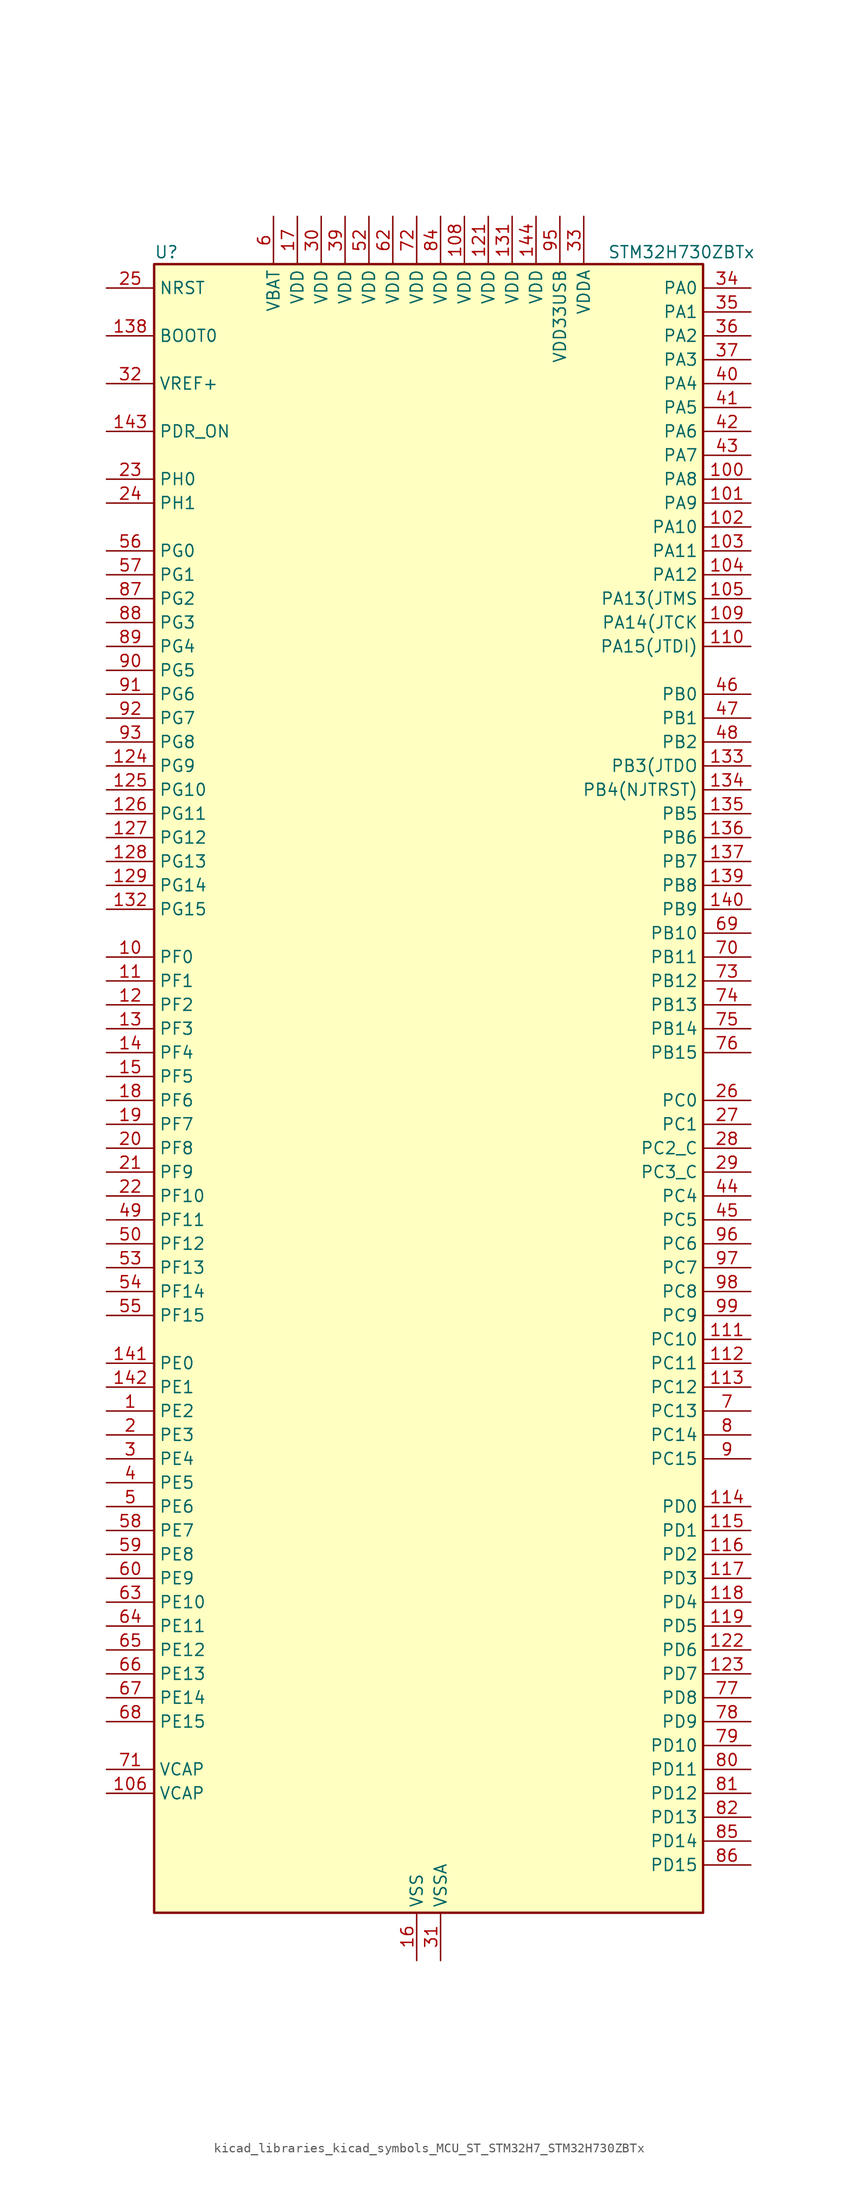
<source format=kicad_sym>
(kicad_symbol_lib
  (version 20220914)
  (generator kicad_symbol_editor)
  (symbol "kicad_libraries_kicad_symbols_MCU_ST_STM32H7_STM32H730ZBTx"
    (property "Reference" "U"
      (at -27.94 90.17 0)
      (effects (font (size 1.27 1.27)) (justify left)))
    (property "Value" "STM32H730ZBTx"
      (at 20.32 90.17 0)
      (effects (font (size 1.27 1.27)) (justify left)))
    (property "ki_locked" ""
      (at 0 0 0)
      (effects (font (size 1.27 1.27))))
    (symbol "kicad_libraries_kicad_symbols_MCU_ST_STM32H7_STM32H730ZBTx_0_1"
      (rectangle (start -27.94 -86.36) (end 30.48 88.9) (stroke (width 0.254) (type default)) (fill (type background))))
    (symbol "kicad_libraries_kicad_symbols_MCU_ST_STM32H7_STM32H730ZBTx_1_1"
      (pin bidirectional line (at -33.02 -33.02 0) (length 5.08) (name "PE2" (effects (font (size 1.27 1.27)))) (number "1" (effects (font (size 1.27 1.27)))) (alternate "DEBUG_TRACECLK" bidirectional line) (alternate "ETH_TXD3" bidirectional line) (alternate "FMC_A23" bidirectional line) (alternate "OCTOSPIM_P1_IO2" bidirectional line) (alternate "SAI1_CK1" bidirectional line) (alternate "SAI1_MCLK_A" bidirectional line) (alternate "SAI4_CK1" bidirectional line) (alternate "SAI4_MCLK_A" bidirectional line) (alternate "SPI4_SCK" bidirectional line) (alternate "USART10_RX" bidirectional line))
      (pin bidirectional line (at -33.02 15.24 0) (length 5.08) (name "PF0" (effects (font (size 1.27 1.27)))) (number "10" (effects (font (size 1.27 1.27)))) (alternate "FMC_A0" bidirectional line) (alternate "I2C2_SDA" bidirectional line) (alternate "I2C5_SDA" bidirectional line) (alternate "OCTOSPIM_P2_IO0" bidirectional line) (alternate "TIM23_CH1" bidirectional line))
      (pin bidirectional line (at 35.56 66.04 180) (length 5.08) (name "PA8" (effects (font (size 1.27 1.27)))) (number "100" (effects (font (size 1.27 1.27)))) (alternate "I2C3_SCL" bidirectional line) (alternate "I2C5_SCL" bidirectional line) (alternate "LTDC_B3" bidirectional line) (alternate "LTDC_R6" bidirectional line) (alternate "RCC_MCO_1" bidirectional line) (alternate "TIM1_CH1" bidirectional line) (alternate "TIM8_BKIN2" bidirectional line) (alternate "TIM8_BKIN2_COMP1" bidirectional line) (alternate "TIM8_BKIN2_COMP2" bidirectional line) (alternate "UART7_RX" bidirectional line) (alternate "USART1_CK" bidirectional line) (alternate "USB_OTG_HS_SOF" bidirectional line))
      (pin bidirectional line (at 35.56 63.5 180) (length 5.08) (name "PA9" (effects (font (size 1.27 1.27)))) (number "101" (effects (font (size 1.27 1.27)))) (alternate "DAC1_EXTI9" bidirectional line) (alternate "DCMI_D0" bidirectional line) (alternate "ETH_TX_ER" bidirectional line) (alternate "I2C3_SMBA" bidirectional line) (alternate "I2C5_SMBA" bidirectional line) (alternate "I2S2_CK" bidirectional line) (alternate "LPUART1_TX" bidirectional line) (alternate "LTDC_R5" bidirectional line) (alternate "PSSI_D0" bidirectional line) (alternate "SPI2_SCK" bidirectional line) (alternate "TIM1_CH2" bidirectional line) (alternate "USART1_TX" bidirectional line) (alternate "USB_OTG_HS_VBUS" bidirectional line))
      (pin bidirectional line (at 35.56 60.96 180) (length 5.08) (name "PA10" (effects (font (size 1.27 1.27)))) (number "102" (effects (font (size 1.27 1.27)))) (alternate "DCMI_D1" bidirectional line) (alternate "LPUART1_RX" bidirectional line) (alternate "LTDC_B1" bidirectional line) (alternate "LTDC_B4" bidirectional line) (alternate "MDIOS_MDIO" bidirectional line) (alternate "PSSI_D1" bidirectional line) (alternate "TIM1_CH3" bidirectional line) (alternate "USART1_RX" bidirectional line) (alternate "USB_OTG_HS_ID" bidirectional line))
      (pin bidirectional line (at 35.56 58.42 180) (length 5.08) (name "PA11" (effects (font (size 1.27 1.27)))) (number "103" (effects (font (size 1.27 1.27)))) (alternate "ADC1_EXTI11" bidirectional line) (alternate "ADC2_EXTI11" bidirectional line) (alternate "ADC3_EXTI11" bidirectional line) (alternate "FDCAN1_RX" bidirectional line) (alternate "I2S2_WS" bidirectional line) (alternate "LPUART1_CTS" bidirectional line) (alternate "LTDC_R4" bidirectional line) (alternate "SPI2_NSS" bidirectional line) (alternate "TIM1_CH4" bidirectional line) (alternate "UART4_RX" bidirectional line) (alternate "USART1_CTS" bidirectional line) (alternate "USART1_NSS" bidirectional line) (alternate "USB_OTG_HS_DM" bidirectional line))
      (pin bidirectional line (at 35.56 55.88 180) (length 5.08) (name "PA12" (effects (font (size 1.27 1.27)))) (number "104" (effects (font (size 1.27 1.27)))) (alternate "FDCAN1_TX" bidirectional line) (alternate "I2S2_CK" bidirectional line) (alternate "LPUART1_DE" bidirectional line) (alternate "LPUART1_RTS" bidirectional line) (alternate "LTDC_R5" bidirectional line) (alternate "SAI4_FS_B" bidirectional line) (alternate "SPI2_SCK" bidirectional line) (alternate "TIM1_BKIN2" bidirectional line) (alternate "TIM1_ETR" bidirectional line) (alternate "UART4_TX" bidirectional line) (alternate "USART1_DE" bidirectional line) (alternate "USART1_RTS" bidirectional line) (alternate "USB_OTG_HS_DP" bidirectional line))
      (pin bidirectional line (at 35.56 53.34 180) (length 5.08) (name "PA13(JTMS" (effects (font (size 1.27 1.27)))) (number "105" (effects (font (size 1.27 1.27)))) (alternate "DEBUG_JTMS-SWDIO" bidirectional line))
      (pin power_out line (at -33.02 -73.66 0) (length 5.08) (name "VCAP" (effects (font (size 1.27 1.27)))) (number "106" (effects (font (size 1.27 1.27)))))
      (pin passive line (at 0 -91.44 90) (length 5.08) hide (name "VSS" (effects (font (size 1.27 1.27)))) (number "107" (effects (font (size 1.27 1.27)))))
      (pin power_in line (at 5.08 93.98 270) (length 5.08) (name "VDD" (effects (font (size 1.27 1.27)))) (number "108" (effects (font (size 1.27 1.27)))))
      (pin bidirectional line (at 35.56 50.8 180) (length 5.08) (name "PA14(JTCK" (effects (font (size 1.27 1.27)))) (number "109" (effects (font (size 1.27 1.27)))) (alternate "DEBUG_JTCK-SWCLK" bidirectional line))
      (pin bidirectional line (at -33.02 12.7 0) (length 5.08) (name "PF1" (effects (font (size 1.27 1.27)))) (number "11" (effects (font (size 1.27 1.27)))) (alternate "FMC_A1" bidirectional line) (alternate "I2C2_SCL" bidirectional line) (alternate "I2C5_SCL" bidirectional line) (alternate "OCTOSPIM_P2_IO1" bidirectional line) (alternate "TIM23_CH2" bidirectional line))
      (pin bidirectional line (at 35.56 48.26 180) (length 5.08) (name "PA15(JTDI)" (effects (font (size 1.27 1.27)))) (number "110" (effects (font (size 1.27 1.27)))) (alternate "ADC1_EXTI15" bidirectional line) (alternate "ADC2_EXTI15" bidirectional line) (alternate "ADC3_EXTI15" bidirectional line) (alternate "CEC" bidirectional line) (alternate "DEBUG_JTDI" bidirectional line) (alternate "I2S1_WS" bidirectional line) (alternate "I2S3_WS" bidirectional line) (alternate "I2S6_WS" bidirectional line) (alternate "LTDC_B6" bidirectional line) (alternate "LTDC_R3" bidirectional line) (alternate "SPI1_NSS" bidirectional line) (alternate "SPI3_NSS" bidirectional line) (alternate "SPI6_NSS" bidirectional line) (alternate "TIM2_CH1" bidirectional line) (alternate "TIM2_ETR" bidirectional line) (alternate "UART4_DE" bidirectional line) (alternate "UART4_RTS" bidirectional line) (alternate "UART7_TX" bidirectional line))
      (pin bidirectional line (at 35.56 -25.4 180) (length 5.08) (name "PC10" (effects (font (size 1.27 1.27)))) (number "111" (effects (font (size 1.27 1.27)))) (alternate "DCMI_D8" bidirectional line) (alternate "DFSDM1_CKIN5" bidirectional line) (alternate "I2C5_SDA" bidirectional line) (alternate "I2S3_CK" bidirectional line) (alternate "LTDC_B1" bidirectional line) (alternate "LTDC_R2" bidirectional line) (alternate "OCTOSPIM_P1_IO1" bidirectional line) (alternate "PSSI_D8" bidirectional line) (alternate "SDMMC1_D2" bidirectional line) (alternate "SPI3_SCK" bidirectional line) (alternate "SWPMI1_RX" bidirectional line) (alternate "UART4_TX" bidirectional line) (alternate "USART3_TX" bidirectional line))
      (pin bidirectional line (at 35.56 -27.94 180) (length 5.08) (name "PC11" (effects (font (size 1.27 1.27)))) (number "112" (effects (font (size 1.27 1.27)))) (alternate "ADC1_EXTI11" bidirectional line) (alternate "ADC2_EXTI11" bidirectional line) (alternate "ADC3_EXTI11" bidirectional line) (alternate "DCMI_D4" bidirectional line) (alternate "DFSDM1_DATIN5" bidirectional line) (alternate "I2C5_SCL" bidirectional line) (alternate "I2S3_SDI" bidirectional line) (alternate "LTDC_B4" bidirectional line) (alternate "OCTOSPIM_P1_NCS" bidirectional line) (alternate "PSSI_D4" bidirectional line) (alternate "SDMMC1_D3" bidirectional line) (alternate "SPI3_MISO" bidirectional line) (alternate "UART4_RX" bidirectional line) (alternate "USART3_RX" bidirectional line))
      (pin bidirectional line (at 35.56 -30.48 180) (length 5.08) (name "PC12" (effects (font (size 1.27 1.27)))) (number "113" (effects (font (size 1.27 1.27)))) (alternate "DCMI_D9" bidirectional line) (alternate "DEBUG_TRACED3" bidirectional line) (alternate "FMC_D6" bidirectional line) (alternate "FMC_DA6" bidirectional line) (alternate "I2C5_SMBA" bidirectional line) (alternate "I2S3_SDO" bidirectional line) (alternate "I2S6_CK" bidirectional line) (alternate "LTDC_R6" bidirectional line) (alternate "PSSI_D9" bidirectional line) (alternate "SDMMC1_CK" bidirectional line) (alternate "SPI3_MOSI" bidirectional line) (alternate "SPI6_SCK" bidirectional line) (alternate "TIM15_CH1" bidirectional line) (alternate "UART5_TX" bidirectional line) (alternate "USART3_CK" bidirectional line))
      (pin bidirectional line (at 35.56 -43.18 180) (length 5.08) (name "PD0" (effects (font (size 1.27 1.27)))) (number "114" (effects (font (size 1.27 1.27)))) (alternate "DFSDM1_CKIN6" bidirectional line) (alternate "FDCAN1_RX" bidirectional line) (alternate "FMC_D2" bidirectional line) (alternate "FMC_DA2" bidirectional line) (alternate "LTDC_B1" bidirectional line) (alternate "UART4_RX" bidirectional line) (alternate "UART9_CTS" bidirectional line))
      (pin bidirectional line (at 35.56 -45.72 180) (length 5.08) (name "PD1" (effects (font (size 1.27 1.27)))) (number "115" (effects (font (size 1.27 1.27)))) (alternate "DFSDM1_DATIN6" bidirectional line) (alternate "FDCAN1_TX" bidirectional line) (alternate "FMC_D3" bidirectional line) (alternate "FMC_DA3" bidirectional line) (alternate "UART4_TX" bidirectional line))
      (pin bidirectional line (at 35.56 -48.26 180) (length 5.08) (name "PD2" (effects (font (size 1.27 1.27)))) (number "116" (effects (font (size 1.27 1.27)))) (alternate "DCMI_D11" bidirectional line) (alternate "DEBUG_TRACED2" bidirectional line) (alternate "FMC_D7" bidirectional line) (alternate "FMC_DA7" bidirectional line) (alternate "LTDC_B2" bidirectional line) (alternate "LTDC_B7" bidirectional line) (alternate "PSSI_D11" bidirectional line) (alternate "SDMMC1_CMD" bidirectional line) (alternate "TIM15_BKIN" bidirectional line) (alternate "TIM3_ETR" bidirectional line) (alternate "UART5_RX" bidirectional line))
      (pin bidirectional line (at 35.56 -50.8 180) (length 5.08) (name "PD3" (effects (font (size 1.27 1.27)))) (number "117" (effects (font (size 1.27 1.27)))) (alternate "DCMI_D5" bidirectional line) (alternate "DFSDM1_CKOUT" bidirectional line) (alternate "FMC_CLK" bidirectional line) (alternate "I2S2_CK" bidirectional line) (alternate "LTDC_G7" bidirectional line) (alternate "PSSI_D5" bidirectional line) (alternate "SPI2_SCK" bidirectional line) (alternate "USART2_CTS" bidirectional line) (alternate "USART2_NSS" bidirectional line))
      (pin bidirectional line (at 35.56 -53.34 180) (length 5.08) (name "PD4" (effects (font (size 1.27 1.27)))) (number "118" (effects (font (size 1.27 1.27)))) (alternate "FMC_NOE" bidirectional line) (alternate "OCTOSPIM_P1_IO4" bidirectional line) (alternate "USART2_DE" bidirectional line) (alternate "USART2_RTS" bidirectional line))
      (pin bidirectional line (at 35.56 -55.88 180) (length 5.08) (name "PD5" (effects (font (size 1.27 1.27)))) (number "119" (effects (font (size 1.27 1.27)))) (alternate "FMC_NWE" bidirectional line) (alternate "OCTOSPIM_P1_IO5" bidirectional line) (alternate "USART2_TX" bidirectional line))
      (pin bidirectional line (at -33.02 10.16 0) (length 5.08) (name "PF2" (effects (font (size 1.27 1.27)))) (number "12" (effects (font (size 1.27 1.27)))) (alternate "FMC_A2" bidirectional line) (alternate "I2C2_SMBA" bidirectional line) (alternate "I2C5_SMBA" bidirectional line) (alternate "OCTOSPIM_P2_IO2" bidirectional line) (alternate "TIM23_CH3" bidirectional line))
      (pin passive line (at 0 -91.44 90) (length 5.08) hide (name "VSS" (effects (font (size 1.27 1.27)))) (number "120" (effects (font (size 1.27 1.27)))))
      (pin power_in line (at 7.62 93.98 270) (length 5.08) (name "VDD" (effects (font (size 1.27 1.27)))) (number "121" (effects (font (size 1.27 1.27)))))
      (pin bidirectional line (at 35.56 -58.42 180) (length 5.08) (name "PD6" (effects (font (size 1.27 1.27)))) (number "122" (effects (font (size 1.27 1.27)))) (alternate "DCMI_D10" bidirectional line) (alternate "DFSDM1_CKIN4" bidirectional line) (alternate "DFSDM1_DATIN1" bidirectional line) (alternate "FMC_NWAIT" bidirectional line) (alternate "I2S3_SDO" bidirectional line) (alternate "LTDC_B2" bidirectional line) (alternate "OCTOSPIM_P1_IO6" bidirectional line) (alternate "PSSI_D10" bidirectional line) (alternate "SAI1_D1" bidirectional line) (alternate "SAI1_SD_A" bidirectional line) (alternate "SAI4_D1" bidirectional line) (alternate "SAI4_SD_A" bidirectional line) (alternate "SDMMC2_CK" bidirectional line) (alternate "SPI3_MOSI" bidirectional line) (alternate "USART2_RX" bidirectional line))
      (pin bidirectional line (at 35.56 -60.96 180) (length 5.08) (name "PD7" (effects (font (size 1.27 1.27)))) (number "123" (effects (font (size 1.27 1.27)))) (alternate "DFSDM1_CKIN1" bidirectional line) (alternate "DFSDM1_DATIN4" bidirectional line) (alternate "FMC_NE1" bidirectional line) (alternate "I2S1_SDO" bidirectional line) (alternate "OCTOSPIM_P1_IO7" bidirectional line) (alternate "SDMMC2_CMD" bidirectional line) (alternate "SPDIFRX1_IN0" bidirectional line) (alternate "SPI1_MOSI" bidirectional line) (alternate "USART2_CK" bidirectional line))
      (pin bidirectional line (at -33.02 35.56 0) (length 5.08) (name "PG9" (effects (font (size 1.27 1.27)))) (number "124" (effects (font (size 1.27 1.27)))) (alternate "DAC1_EXTI9" bidirectional line) (alternate "DCMI_VSYNC" bidirectional line) (alternate "FDCAN3_TX" bidirectional line) (alternate "FMC_NCE" bidirectional line) (alternate "FMC_NE2" bidirectional line) (alternate "I2S1_SDI" bidirectional line) (alternate "OCTOSPIM_P1_IO6" bidirectional line) (alternate "PSSI_RDY" bidirectional line) (alternate "SAI4_FS_B" bidirectional line) (alternate "SDMMC2_D0" bidirectional line) (alternate "SPDIFRX1_IN3" bidirectional line) (alternate "SPI1_MISO" bidirectional line) (alternate "USART6_RX" bidirectional line))
      (pin bidirectional line (at -33.02 33.02 0) (length 5.08) (name "PG10" (effects (font (size 1.27 1.27)))) (number "125" (effects (font (size 1.27 1.27)))) (alternate "DCMI_D2" bidirectional line) (alternate "FDCAN3_RX" bidirectional line) (alternate "FMC_NE3" bidirectional line) (alternate "I2S1_WS" bidirectional line) (alternate "LTDC_B2" bidirectional line) (alternate "LTDC_G3" bidirectional line) (alternate "OCTOSPIM_P2_IO6" bidirectional line) (alternate "PSSI_D2" bidirectional line) (alternate "SAI4_SD_B" bidirectional line) (alternate "SDMMC2_D1" bidirectional line) (alternate "SPI1_NSS" bidirectional line))
      (pin bidirectional line (at -33.02 30.48 0) (length 5.08) (name "PG11" (effects (font (size 1.27 1.27)))) (number "126" (effects (font (size 1.27 1.27)))) (alternate "ADC1_EXTI11" bidirectional line) (alternate "ADC2_EXTI11" bidirectional line) (alternate "ADC3_EXTI11" bidirectional line) (alternate "DCMI_D3" bidirectional line) (alternate "ETH_TX_EN" bidirectional line) (alternate "I2S1_CK" bidirectional line) (alternate "LPTIM1_IN2" bidirectional line) (alternate "LTDC_B3" bidirectional line) (alternate "OCTOSPIM_P2_IO7" bidirectional line) (alternate "PSSI_D3" bidirectional line) (alternate "SDMMC2_D2" bidirectional line) (alternate "SPDIFRX1_IN0" bidirectional line) (alternate "SPI1_SCK" bidirectional line) (alternate "USART10_RX" bidirectional line))
      (pin bidirectional line (at -33.02 27.94 0) (length 5.08) (name "PG12" (effects (font (size 1.27 1.27)))) (number "127" (effects (font (size 1.27 1.27)))) (alternate "ETH_TXD1" bidirectional line) (alternate "FMC_NE4" bidirectional line) (alternate "I2S6_SDI" bidirectional line) (alternate "LPTIM1_IN1" bidirectional line) (alternate "LTDC_B1" bidirectional line) (alternate "LTDC_B4" bidirectional line) (alternate "OCTOSPIM_P2_NCS" bidirectional line) (alternate "SDMMC2_D3" bidirectional line) (alternate "SPDIFRX1_IN1" bidirectional line) (alternate "SPI6_MISO" bidirectional line) (alternate "TIM23_CH1" bidirectional line) (alternate "USART10_TX" bidirectional line) (alternate "USART6_DE" bidirectional line) (alternate "USART6_RTS" bidirectional line))
      (pin bidirectional line (at -33.02 25.4 0) (length 5.08) (name "PG13" (effects (font (size 1.27 1.27)))) (number "128" (effects (font (size 1.27 1.27)))) (alternate "DEBUG_TRACED0" bidirectional line) (alternate "ETH_TXD0" bidirectional line) (alternate "FMC_A24" bidirectional line) (alternate "I2S6_CK" bidirectional line) (alternate "LPTIM1_OUT" bidirectional line) (alternate "LTDC_R0" bidirectional line) (alternate "SDMMC2_D6" bidirectional line) (alternate "SPI6_SCK" bidirectional line) (alternate "TIM23_CH2" bidirectional line) (alternate "USART10_CTS" bidirectional line) (alternate "USART10_NSS" bidirectional line) (alternate "USART6_CTS" bidirectional line) (alternate "USART6_NSS" bidirectional line))
      (pin bidirectional line (at -33.02 22.86 0) (length 5.08) (name "PG14" (effects (font (size 1.27 1.27)))) (number "129" (effects (font (size 1.27 1.27)))) (alternate "DEBUG_TRACED1" bidirectional line) (alternate "ETH_TXD1" bidirectional line) (alternate "FMC_A25" bidirectional line) (alternate "I2S6_SDO" bidirectional line) (alternate "LPTIM1_ETR" bidirectional line) (alternate "LTDC_B0" bidirectional line) (alternate "OCTOSPIM_P1_IO7" bidirectional line) (alternate "SDMMC2_D7" bidirectional line) (alternate "SPI6_MOSI" bidirectional line) (alternate "TIM23_CH3" bidirectional line) (alternate "USART10_DE" bidirectional line) (alternate "USART10_RTS" bidirectional line) (alternate "USART6_TX" bidirectional line))
      (pin bidirectional line (at -33.02 7.62 0) (length 5.08) (name "PF3" (effects (font (size 1.27 1.27)))) (number "13" (effects (font (size 1.27 1.27)))) (alternate "ADC3_INP5" bidirectional line) (alternate "FMC_A3" bidirectional line) (alternate "OCTOSPIM_P2_IO3" bidirectional line) (alternate "TIM23_CH4" bidirectional line))
      (pin passive line (at 0 -91.44 90) (length 5.08) hide (name "VSS" (effects (font (size 1.27 1.27)))) (number "130" (effects (font (size 1.27 1.27)))))
      (pin power_in line (at 10.16 93.98 270) (length 5.08) (name "VDD" (effects (font (size 1.27 1.27)))) (number "131" (effects (font (size 1.27 1.27)))))
      (pin bidirectional line (at -33.02 20.32 0) (length 5.08) (name "PG15" (effects (font (size 1.27 1.27)))) (number "132" (effects (font (size 1.27 1.27)))) (alternate "ADC1_EXTI15" bidirectional line) (alternate "ADC2_EXTI15" bidirectional line) (alternate "ADC3_EXTI15" bidirectional line) (alternate "DCMI_D13" bidirectional line) (alternate "FMC_SDNCAS" bidirectional line) (alternate "OCTOSPIM_P2_DQS" bidirectional line) (alternate "PSSI_D13" bidirectional line) (alternate "USART10_CK" bidirectional line) (alternate "USART6_CTS" bidirectional line) (alternate "USART6_NSS" bidirectional line))
      (pin bidirectional line (at 35.56 35.56 180) (length 5.08) (name "PB3(JTDO" (effects (font (size 1.27 1.27)))) (number "133" (effects (font (size 1.27 1.27)))) (alternate "CRS_SYNC" bidirectional line) (alternate "DEBUG_JTDO-SWO" bidirectional line) (alternate "I2S1_CK" bidirectional line) (alternate "I2S3_CK" bidirectional line) (alternate "I2S6_CK" bidirectional line) (alternate "SDMMC2_D2" bidirectional line) (alternate "SPI1_SCK" bidirectional line) (alternate "SPI3_SCK" bidirectional line) (alternate "SPI6_SCK" bidirectional line) (alternate "TIM24_ETR" bidirectional line) (alternate "TIM2_CH2" bidirectional line) (alternate "UART7_RX" bidirectional line))
      (pin bidirectional line (at 35.56 33.02 180) (length 5.08) (name "PB4(NJTRST)" (effects (font (size 1.27 1.27)))) (number "134" (effects (font (size 1.27 1.27)))) (alternate "DEBUG_JTRST" bidirectional line) (alternate "I2S1_SDI" bidirectional line) (alternate "I2S2_WS" bidirectional line) (alternate "I2S3_SDI" bidirectional line) (alternate "I2S6_SDI" bidirectional line) (alternate "SDMMC2_D3" bidirectional line) (alternate "SPI1_MISO" bidirectional line) (alternate "SPI2_NSS" bidirectional line) (alternate "SPI3_MISO" bidirectional line) (alternate "SPI6_MISO" bidirectional line) (alternate "TIM16_BKIN" bidirectional line) (alternate "TIM3_CH1" bidirectional line) (alternate "UART7_TX" bidirectional line))
      (pin bidirectional line (at 35.56 30.48 180) (length 5.08) (name "PB5" (effects (font (size 1.27 1.27)))) (number "135" (effects (font (size 1.27 1.27)))) (alternate "DCMI_D10" bidirectional line) (alternate "ETH_PPS_OUT" bidirectional line) (alternate "FDCAN2_RX" bidirectional line) (alternate "FMC_SDCKE1" bidirectional line) (alternate "I2C1_SMBA" bidirectional line) (alternate "I2C4_SMBA" bidirectional line) (alternate "I2S1_SDO" bidirectional line) (alternate "I2S3_SDO" bidirectional line) (alternate "I2S6_SDO" bidirectional line) (alternate "LTDC_B5" bidirectional line) (alternate "PSSI_D10" bidirectional line) (alternate "SPI1_MOSI" bidirectional line) (alternate "SPI3_MOSI" bidirectional line) (alternate "SPI6_MOSI" bidirectional line) (alternate "TIM17_BKIN" bidirectional line) (alternate "TIM3_CH2" bidirectional line) (alternate "UART5_RX" bidirectional line) (alternate "USB_OTG_HS_ULPI_D7" bidirectional line))
      (pin bidirectional line (at 35.56 27.94 180) (length 5.08) (name "PB6" (effects (font (size 1.27 1.27)))) (number "136" (effects (font (size 1.27 1.27)))) (alternate "CEC" bidirectional line) (alternate "DCMI_D5" bidirectional line) (alternate "DFSDM1_DATIN5" bidirectional line) (alternate "FDCAN2_TX" bidirectional line) (alternate "FMC_SDNE1" bidirectional line) (alternate "I2C1_SCL" bidirectional line) (alternate "I2C4_SCL" bidirectional line) (alternate "LPUART1_TX" bidirectional line) (alternate "OCTOSPIM_P1_NCS" bidirectional line) (alternate "PSSI_D5" bidirectional line) (alternate "TIM16_CH1N" bidirectional line) (alternate "TIM4_CH1" bidirectional line) (alternate "UART5_TX" bidirectional line) (alternate "USART1_TX" bidirectional line))
      (pin bidirectional line (at 35.56 25.4 180) (length 5.08) (name "PB7" (effects (font (size 1.27 1.27)))) (number "137" (effects (font (size 1.27 1.27)))) (alternate "DCMI_VSYNC" bidirectional line) (alternate "DFSDM1_CKIN5" bidirectional line) (alternate "FMC_NL" bidirectional line) (alternate "I2C1_SDA" bidirectional line) (alternate "I2C4_SDA" bidirectional line) (alternate "LPUART1_RX" bidirectional line) (alternate "PSSI_RDY" bidirectional line) (alternate "PWR_PVD_IN" bidirectional line) (alternate "TIM17_CH1N" bidirectional line) (alternate "TIM4_CH2" bidirectional line) (alternate "USART1_RX" bidirectional line))
      (pin input line (at -33.02 81.28 0) (length 5.08) (name "BOOT0" (effects (font (size 1.27 1.27)))) (number "138" (effects (font (size 1.27 1.27)))))
      (pin bidirectional line (at 35.56 22.86 180) (length 5.08) (name "PB8" (effects (font (size 1.27 1.27)))) (number "139" (effects (font (size 1.27 1.27)))) (alternate "DCMI_D6" bidirectional line) (alternate "DFSDM1_CKIN7" bidirectional line) (alternate "ETH_TXD3" bidirectional line) (alternate "FDCAN1_RX" bidirectional line) (alternate "I2C1_SCL" bidirectional line) (alternate "I2C4_SCL" bidirectional line) (alternate "LTDC_B6" bidirectional line) (alternate "PSSI_D6" bidirectional line) (alternate "SDMMC1_CKIN" bidirectional line) (alternate "SDMMC1_D4" bidirectional line) (alternate "SDMMC2_D4" bidirectional line) (alternate "TIM16_CH1" bidirectional line) (alternate "TIM4_CH3" bidirectional line) (alternate "UART4_RX" bidirectional line))
      (pin bidirectional line (at -33.02 5.08 0) (length 5.08) (name "PF4" (effects (font (size 1.27 1.27)))) (number "14" (effects (font (size 1.27 1.27)))) (alternate "ADC3_INN5" bidirectional line) (alternate "ADC3_INP9" bidirectional line) (alternate "FMC_A4" bidirectional line) (alternate "OCTOSPIM_P2_CLK" bidirectional line))
      (pin bidirectional line (at 35.56 20.32 180) (length 5.08) (name "PB9" (effects (font (size 1.27 1.27)))) (number "140" (effects (font (size 1.27 1.27)))) (alternate "DAC1_EXTI9" bidirectional line) (alternate "DCMI_D7" bidirectional line) (alternate "DFSDM1_DATIN7" bidirectional line) (alternate "FDCAN1_TX" bidirectional line) (alternate "I2C1_SDA" bidirectional line) (alternate "I2C4_SDA" bidirectional line) (alternate "I2C4_SMBA" bidirectional line) (alternate "I2S2_WS" bidirectional line) (alternate "LTDC_B7" bidirectional line) (alternate "PSSI_D7" bidirectional line) (alternate "SDMMC1_CDIR" bidirectional line) (alternate "SDMMC1_D5" bidirectional line) (alternate "SDMMC2_D5" bidirectional line) (alternate "SPI2_NSS" bidirectional line) (alternate "TIM17_CH1" bidirectional line) (alternate "TIM4_CH4" bidirectional line) (alternate "UART4_TX" bidirectional line))
      (pin bidirectional line (at -33.02 -27.94 0) (length 5.08) (name "PE0" (effects (font (size 1.27 1.27)))) (number "141" (effects (font (size 1.27 1.27)))) (alternate "DCMI_D2" bidirectional line) (alternate "FMC_NBL0" bidirectional line) (alternate "LPTIM1_ETR" bidirectional line) (alternate "LPTIM2_ETR" bidirectional line) (alternate "LTDC_R0" bidirectional line) (alternate "PSSI_D2" bidirectional line) (alternate "SAI4_MCLK_A" bidirectional line) (alternate "TIM4_ETR" bidirectional line) (alternate "UART8_RX" bidirectional line))
      (pin bidirectional line (at -33.02 -30.48 0) (length 5.08) (name "PE1" (effects (font (size 1.27 1.27)))) (number "142" (effects (font (size 1.27 1.27)))) (alternate "DCMI_D3" bidirectional line) (alternate "FMC_NBL1" bidirectional line) (alternate "LPTIM1_IN2" bidirectional line) (alternate "LTDC_R6" bidirectional line) (alternate "PSSI_D3" bidirectional line) (alternate "UART8_TX" bidirectional line))
      (pin input line (at -33.02 71.12 0) (length 5.08) (name "PDR_ON" (effects (font (size 1.27 1.27)))) (number "143" (effects (font (size 1.27 1.27)))))
      (pin power_in line (at 12.7 93.98 270) (length 5.08) (name "VDD" (effects (font (size 1.27 1.27)))) (number "144" (effects (font (size 1.27 1.27)))))
      (pin bidirectional line (at -33.02 2.54 0) (length 5.08) (name "PF5" (effects (font (size 1.27 1.27)))) (number "15" (effects (font (size 1.27 1.27)))) (alternate "ADC3_INP4" bidirectional line) (alternate "FMC_A5" bidirectional line) (alternate "OCTOSPIM_P2_NCLK" bidirectional line))
      (pin power_in line (at 0 -91.44 90) (length 5.08) (name "VSS" (effects (font (size 1.27 1.27)))) (number "16" (effects (font (size 1.27 1.27)))))
      (pin power_in line (at -12.7 93.98 270) (length 5.08) (name "VDD" (effects (font (size 1.27 1.27)))) (number "17" (effects (font (size 1.27 1.27)))))
      (pin bidirectional line (at -33.02 0 0) (length 5.08) (name "PF6" (effects (font (size 1.27 1.27)))) (number "18" (effects (font (size 1.27 1.27)))) (alternate "ADC3_INN4" bidirectional line) (alternate "ADC3_INP8" bidirectional line) (alternate "FDCAN3_RX" bidirectional line) (alternate "OCTOSPIM_P1_IO3" bidirectional line) (alternate "SAI1_SD_B" bidirectional line) (alternate "SAI4_SD_B" bidirectional line) (alternate "SPI5_NSS" bidirectional line) (alternate "TIM16_CH1" bidirectional line) (alternate "TIM23_CH1" bidirectional line) (alternate "UART7_RX" bidirectional line))
      (pin bidirectional line (at -33.02 -2.54 0) (length 5.08) (name "PF7" (effects (font (size 1.27 1.27)))) (number "19" (effects (font (size 1.27 1.27)))) (alternate "ADC3_INP3" bidirectional line) (alternate "FDCAN3_TX" bidirectional line) (alternate "OCTOSPIM_P1_IO2" bidirectional line) (alternate "SAI1_MCLK_B" bidirectional line) (alternate "SAI4_MCLK_B" bidirectional line) (alternate "SPI5_SCK" bidirectional line) (alternate "TIM17_CH1" bidirectional line) (alternate "TIM23_CH2" bidirectional line) (alternate "UART7_TX" bidirectional line))
      (pin bidirectional line (at -33.02 -35.56 0) (length 5.08) (name "PE3" (effects (font (size 1.27 1.27)))) (number "2" (effects (font (size 1.27 1.27)))) (alternate "DEBUG_TRACED0" bidirectional line) (alternate "FMC_A19" bidirectional line) (alternate "SAI1_SD_B" bidirectional line) (alternate "SAI4_SD_B" bidirectional line) (alternate "TIM15_BKIN" bidirectional line) (alternate "USART10_TX" bidirectional line))
      (pin bidirectional line (at -33.02 -5.08 0) (length 5.08) (name "PF8" (effects (font (size 1.27 1.27)))) (number "20" (effects (font (size 1.27 1.27)))) (alternate "ADC3_INN3" bidirectional line) (alternate "ADC3_INP7" bidirectional line) (alternate "OCTOSPIM_P1_IO0" bidirectional line) (alternate "SAI1_SCK_B" bidirectional line) (alternate "SAI4_SCK_B" bidirectional line) (alternate "SPI5_MISO" bidirectional line) (alternate "TIM13_CH1" bidirectional line) (alternate "TIM16_CH1N" bidirectional line) (alternate "TIM23_CH3" bidirectional line) (alternate "UART7_DE" bidirectional line) (alternate "UART7_RTS" bidirectional line))
      (pin bidirectional line (at -33.02 -7.62 0) (length 5.08) (name "PF9" (effects (font (size 1.27 1.27)))) (number "21" (effects (font (size 1.27 1.27)))) (alternate "ADC3_INP2" bidirectional line) (alternate "DAC1_EXTI9" bidirectional line) (alternate "OCTOSPIM_P1_IO1" bidirectional line) (alternate "SAI1_FS_B" bidirectional line) (alternate "SAI4_FS_B" bidirectional line) (alternate "SPI5_MOSI" bidirectional line) (alternate "TIM14_CH1" bidirectional line) (alternate "TIM17_CH1N" bidirectional line) (alternate "TIM23_CH4" bidirectional line) (alternate "UART7_CTS" bidirectional line))
      (pin bidirectional line (at -33.02 -10.16 0) (length 5.08) (name "PF10" (effects (font (size 1.27 1.27)))) (number "22" (effects (font (size 1.27 1.27)))) (alternate "ADC3_INN2" bidirectional line) (alternate "ADC3_INP6" bidirectional line) (alternate "DCMI_D11" bidirectional line) (alternate "LTDC_DE" bidirectional line) (alternate "OCTOSPIM_P1_CLK" bidirectional line) (alternate "PSSI_D11" bidirectional line) (alternate "PSSI_D15" bidirectional line) (alternate "SAI1_D3" bidirectional line) (alternate "SAI4_D3" bidirectional line) (alternate "TIM16_BKIN" bidirectional line))
      (pin bidirectional line (at -33.02 66.04 0) (length 5.08) (name "PH0" (effects (font (size 1.27 1.27)))) (number "23" (effects (font (size 1.27 1.27)))) (alternate "RCC_OSC_IN" bidirectional line))
      (pin bidirectional line (at -33.02 63.5 0) (length 5.08) (name "PH1" (effects (font (size 1.27 1.27)))) (number "24" (effects (font (size 1.27 1.27)))) (alternate "RCC_OSC_OUT" bidirectional line))
      (pin input line (at -33.02 86.36 0) (length 5.08) (name "NRST" (effects (font (size 1.27 1.27)))) (number "25" (effects (font (size 1.27 1.27)))))
      (pin bidirectional line (at 35.56 0 180) (length 5.08) (name "PC0" (effects (font (size 1.27 1.27)))) (number "26" (effects (font (size 1.27 1.27)))) (alternate "ADC1_INP10" bidirectional line) (alternate "ADC2_INP10" bidirectional line) (alternate "ADC3_INP10" bidirectional line) (alternate "DFSDM1_CKIN0" bidirectional line) (alternate "DFSDM1_DATIN4" bidirectional line) (alternate "FMC_A25" bidirectional line) (alternate "FMC_D12" bidirectional line) (alternate "FMC_DA12" bidirectional line) (alternate "FMC_SDNWE" bidirectional line) (alternate "LTDC_G2" bidirectional line) (alternate "LTDC_R5" bidirectional line) (alternate "SAI4_FS_B" bidirectional line) (alternate "USB_OTG_HS_ULPI_STP" bidirectional line))
      (pin bidirectional line (at 35.56 -2.54 180) (length 5.08) (name "PC1" (effects (font (size 1.27 1.27)))) (number "27" (effects (font (size 1.27 1.27)))) (alternate "ADC1_INN10" bidirectional line) (alternate "ADC1_INP11" bidirectional line) (alternate "ADC2_INN10" bidirectional line) (alternate "ADC2_INP11" bidirectional line) (alternate "ADC3_INN10" bidirectional line) (alternate "ADC3_INP11" bidirectional line) (alternate "DEBUG_TRACED0" bidirectional line) (alternate "DFSDM1_CKIN4" bidirectional line) (alternate "DFSDM1_DATIN0" bidirectional line) (alternate "ETH_MDC" bidirectional line) (alternate "I2S2_SDO" bidirectional line) (alternate "LTDC_G5" bidirectional line) (alternate "MDIOS_MDC" bidirectional line) (alternate "OCTOSPIM_P1_IO4" bidirectional line) (alternate "PWR_WKUP6" bidirectional line) (alternate "RTC_TAMP3" bidirectional line) (alternate "SAI1_D1" bidirectional line) (alternate "SAI1_SD_A" bidirectional line) (alternate "SAI4_D1" bidirectional line) (alternate "SAI4_SD_A" bidirectional line) (alternate "SDMMC2_CK" bidirectional line) (alternate "SPI2_MOSI" bidirectional line))
      (pin bidirectional line (at 35.56 -5.08 180) (length 5.08) (name "PC2_C" (effects (font (size 1.27 1.27)))) (number "28" (effects (font (size 1.27 1.27)))) (alternate "ADC3_INN1" bidirectional line) (alternate "ADC3_INP0" bidirectional line) (alternate "DFSDM1_CKIN1" bidirectional line) (alternate "DFSDM1_CKOUT" bidirectional line) (alternate "ETH_TXD2" bidirectional line) (alternate "FMC_SDNE0" bidirectional line) (alternate "I2S2_SDI" bidirectional line) (alternate "OCTOSPIM_P1_IO2" bidirectional line) (alternate "OCTOSPIM_P1_IO5" bidirectional line) (alternate "PWR_CSTOP" bidirectional line) (alternate "SPI2_MISO" bidirectional line) (alternate "USB_OTG_HS_ULPI_DIR" bidirectional line))
      (pin bidirectional line (at 35.56 -7.62 180) (length 5.08) (name "PC3_C" (effects (font (size 1.27 1.27)))) (number "29" (effects (font (size 1.27 1.27)))) (alternate "ADC3_INP1" bidirectional line) (alternate "DFSDM1_DATIN1" bidirectional line) (alternate "ETH_TX_CLK" bidirectional line) (alternate "FMC_SDCKE0" bidirectional line) (alternate "I2S2_SDO" bidirectional line) (alternate "OCTOSPIM_P1_IO0" bidirectional line) (alternate "OCTOSPIM_P1_IO6" bidirectional line) (alternate "PWR_CSLEEP" bidirectional line) (alternate "SPI2_MOSI" bidirectional line) (alternate "USB_OTG_HS_ULPI_NXT" bidirectional line))
      (pin bidirectional line (at -33.02 -38.1 0) (length 5.08) (name "PE4" (effects (font (size 1.27 1.27)))) (number "3" (effects (font (size 1.27 1.27)))) (alternate "DCMI_D4" bidirectional line) (alternate "DEBUG_TRACED1" bidirectional line) (alternate "DFSDM1_DATIN3" bidirectional line) (alternate "FMC_A20" bidirectional line) (alternate "LTDC_B0" bidirectional line) (alternate "PSSI_D4" bidirectional line) (alternate "SAI1_D2" bidirectional line) (alternate "SAI1_FS_A" bidirectional line) (alternate "SAI4_D2" bidirectional line) (alternate "SAI4_FS_A" bidirectional line) (alternate "SPI4_NSS" bidirectional line) (alternate "TIM15_CH1N" bidirectional line))
      (pin power_in line (at -10.16 93.98 270) (length 5.08) (name "VDD" (effects (font (size 1.27 1.27)))) (number "30" (effects (font (size 1.27 1.27)))))
      (pin power_in line (at 2.54 -91.44 90) (length 5.08) (name "VSSA" (effects (font (size 1.27 1.27)))) (number "31" (effects (font (size 1.27 1.27)))))
      (pin input line (at -33.02 76.2 0) (length 5.08) (name "VREF+" (effects (font (size 1.27 1.27)))) (number "32" (effects (font (size 1.27 1.27)))) (alternate "VREFBUF_OUT" bidirectional line))
      (pin power_in line (at 17.78 93.98 270) (length 5.08) (name "VDDA" (effects (font (size 1.27 1.27)))) (number "33" (effects (font (size 1.27 1.27)))))
      (pin bidirectional line (at 35.56 86.36 180) (length 5.08) (name "PA0" (effects (font (size 1.27 1.27)))) (number "34" (effects (font (size 1.27 1.27)))) (alternate "ADC1_INP16" bidirectional line) (alternate "ETH_CRS" bidirectional line) (alternate "FMC_A19" bidirectional line) (alternate "I2S6_WS" bidirectional line) (alternate "PWR_WKUP1" bidirectional line) (alternate "SAI4_SD_B" bidirectional line) (alternate "SDMMC2_CMD" bidirectional line) (alternate "SPI6_NSS" bidirectional line) (alternate "TIM15_BKIN" bidirectional line) (alternate "TIM2_CH1" bidirectional line) (alternate "TIM2_ETR" bidirectional line) (alternate "TIM5_CH1" bidirectional line) (alternate "TIM8_ETR" bidirectional line) (alternate "UART4_TX" bidirectional line) (alternate "USART2_CTS" bidirectional line) (alternate "USART2_NSS" bidirectional line))
      (pin bidirectional line (at 35.56 83.82 180) (length 5.08) (name "PA1" (effects (font (size 1.27 1.27)))) (number "35" (effects (font (size 1.27 1.27)))) (alternate "ADC1_INN16" bidirectional line) (alternate "ADC1_INP17" bidirectional line) (alternate "ETH_REF_CLK" bidirectional line) (alternate "ETH_RX_CLK" bidirectional line) (alternate "LPTIM3_OUT" bidirectional line) (alternate "LTDC_R2" bidirectional line) (alternate "OCTOSPIM_P1_DQS" bidirectional line) (alternate "OCTOSPIM_P1_IO3" bidirectional line) (alternate "SAI4_MCLK_B" bidirectional line) (alternate "TIM15_CH1N" bidirectional line) (alternate "TIM2_CH2" bidirectional line) (alternate "TIM5_CH2" bidirectional line) (alternate "UART4_RX" bidirectional line) (alternate "USART2_DE" bidirectional line) (alternate "USART2_RTS" bidirectional line))
      (pin bidirectional line (at 35.56 81.28 180) (length 5.08) (name "PA2" (effects (font (size 1.27 1.27)))) (number "36" (effects (font (size 1.27 1.27)))) (alternate "ADC1_INP14" bidirectional line) (alternate "ADC2_INP14" bidirectional line) (alternate "ETH_MDIO" bidirectional line) (alternate "LPTIM4_OUT" bidirectional line) (alternate "LTDC_R1" bidirectional line) (alternate "MDIOS_MDIO" bidirectional line) (alternate "OCTOSPIM_P1_IO0" bidirectional line) (alternate "PWR_WKUP2" bidirectional line) (alternate "SAI4_SCK_B" bidirectional line) (alternate "TIM15_CH1" bidirectional line) (alternate "TIM2_CH3" bidirectional line) (alternate "TIM5_CH3" bidirectional line) (alternate "USART2_TX" bidirectional line))
      (pin bidirectional line (at 35.56 78.74 180) (length 5.08) (name "PA3" (effects (font (size 1.27 1.27)))) (number "37" (effects (font (size 1.27 1.27)))) (alternate "ADC1_INP15" bidirectional line) (alternate "ADC2_INP15" bidirectional line) (alternate "ETH_COL" bidirectional line) (alternate "I2S6_MCK" bidirectional line) (alternate "LPTIM5_OUT" bidirectional line) (alternate "LTDC_B2" bidirectional line) (alternate "LTDC_B5" bidirectional line) (alternate "OCTOSPIM_P1_CLK" bidirectional line) (alternate "OCTOSPIM_P1_IO2" bidirectional line) (alternate "TIM15_CH2" bidirectional line) (alternate "TIM2_CH4" bidirectional line) (alternate "TIM5_CH4" bidirectional line) (alternate "USART2_RX" bidirectional line) (alternate "USB_OTG_HS_ULPI_D0" bidirectional line))
      (pin passive line (at 0 -91.44 90) (length 5.08) hide (name "VSS" (effects (font (size 1.27 1.27)))) (number "38" (effects (font (size 1.27 1.27)))))
      (pin power_in line (at -7.62 93.98 270) (length 5.08) (name "VDD" (effects (font (size 1.27 1.27)))) (number "39" (effects (font (size 1.27 1.27)))))
      (pin bidirectional line (at -33.02 -40.64 0) (length 5.08) (name "PE5" (effects (font (size 1.27 1.27)))) (number "4" (effects (font (size 1.27 1.27)))) (alternate "DCMI_D6" bidirectional line) (alternate "DEBUG_TRACED2" bidirectional line) (alternate "DFSDM1_CKIN3" bidirectional line) (alternate "FMC_A21" bidirectional line) (alternate "LTDC_G0" bidirectional line) (alternate "PSSI_D6" bidirectional line) (alternate "SAI1_CK2" bidirectional line) (alternate "SAI1_SCK_A" bidirectional line) (alternate "SAI4_CK2" bidirectional line) (alternate "SAI4_SCK_A" bidirectional line) (alternate "SPI4_MISO" bidirectional line) (alternate "TIM15_CH1" bidirectional line))
      (pin bidirectional line (at 35.56 76.2 180) (length 5.08) (name "PA4" (effects (font (size 1.27 1.27)))) (number "40" (effects (font (size 1.27 1.27)))) (alternate "ADC1_INP18" bidirectional line) (alternate "ADC2_INP18" bidirectional line) (alternate "DAC1_OUT1" bidirectional line) (alternate "DCMI_HSYNC" bidirectional line) (alternate "FMC_D8" bidirectional line) (alternate "FMC_DA8" bidirectional line) (alternate "I2S1_WS" bidirectional line) (alternate "I2S3_WS" bidirectional line) (alternate "I2S6_WS" bidirectional line) (alternate "LTDC_VSYNC" bidirectional line) (alternate "PSSI_DE" bidirectional line) (alternate "SPI1_NSS" bidirectional line) (alternate "SPI3_NSS" bidirectional line) (alternate "SPI6_NSS" bidirectional line) (alternate "TIM5_ETR" bidirectional line) (alternate "USART2_CK" bidirectional line))
      (pin bidirectional line (at 35.56 73.66 180) (length 5.08) (name "PA5" (effects (font (size 1.27 1.27)))) (number "41" (effects (font (size 1.27 1.27)))) (alternate "ADC1_INN18" bidirectional line) (alternate "ADC1_INP19" bidirectional line) (alternate "ADC2_INN18" bidirectional line) (alternate "ADC2_INP19" bidirectional line) (alternate "DAC1_OUT2" bidirectional line) (alternate "FMC_D9" bidirectional line) (alternate "FMC_DA9" bidirectional line) (alternate "I2S1_CK" bidirectional line) (alternate "I2S6_CK" bidirectional line) (alternate "LTDC_R4" bidirectional line) (alternate "PSSI_D14" bidirectional line) (alternate "PWR_NDSTOP2" bidirectional line) (alternate "SPI1_SCK" bidirectional line) (alternate "SPI6_SCK" bidirectional line) (alternate "TIM2_CH1" bidirectional line) (alternate "TIM2_ETR" bidirectional line) (alternate "TIM8_CH1N" bidirectional line) (alternate "USB_OTG_HS_ULPI_CK" bidirectional line))
      (pin bidirectional line (at 35.56 71.12 180) (length 5.08) (name "PA6" (effects (font (size 1.27 1.27)))) (number "42" (effects (font (size 1.27 1.27)))) (alternate "ADC1_INP3" bidirectional line) (alternate "ADC2_INP3" bidirectional line) (alternate "DCMI_PIXCLK" bidirectional line) (alternate "I2S1_SDI" bidirectional line) (alternate "I2S6_SDI" bidirectional line) (alternate "LTDC_G2" bidirectional line) (alternate "MDIOS_MDC" bidirectional line) (alternate "OCTOSPIM_P1_IO3" bidirectional line) (alternate "PSSI_PDCK" bidirectional line) (alternate "SPI1_MISO" bidirectional line) (alternate "SPI6_MISO" bidirectional line) (alternate "TIM13_CH1" bidirectional line) (alternate "TIM1_BKIN" bidirectional line) (alternate "TIM1_BKIN_COMP1" bidirectional line) (alternate "TIM1_BKIN_COMP2" bidirectional line) (alternate "TIM3_CH1" bidirectional line) (alternate "TIM8_BKIN" bidirectional line) (alternate "TIM8_BKIN_COMP1" bidirectional line) (alternate "TIM8_BKIN_COMP2" bidirectional line))
      (pin bidirectional line (at 35.56 68.58 180) (length 5.08) (name "PA7" (effects (font (size 1.27 1.27)))) (number "43" (effects (font (size 1.27 1.27)))) (alternate "ADC1_INN3" bidirectional line) (alternate "ADC1_INP7" bidirectional line) (alternate "ADC2_INN3" bidirectional line) (alternate "ADC2_INP7" bidirectional line) (alternate "ETH_CRS_DV" bidirectional line) (alternate "ETH_RX_DV" bidirectional line) (alternate "FMC_SDNWE" bidirectional line) (alternate "I2S1_SDO" bidirectional line) (alternate "I2S6_SDO" bidirectional line) (alternate "LTDC_VSYNC" bidirectional line) (alternate "OCTOSPIM_P1_IO2" bidirectional line) (alternate "OPAMP1_VINM" bidirectional line) (alternate "SPI1_MOSI" bidirectional line) (alternate "SPI6_MOSI" bidirectional line) (alternate "TIM14_CH1" bidirectional line) (alternate "TIM1_CH1N" bidirectional line) (alternate "TIM3_CH2" bidirectional line) (alternate "TIM8_CH1N" bidirectional line))
      (pin bidirectional line (at 35.56 -10.16 180) (length 5.08) (name "PC4" (effects (font (size 1.27 1.27)))) (number "44" (effects (font (size 1.27 1.27)))) (alternate "ADC1_INP4" bidirectional line) (alternate "ADC2_INP4" bidirectional line) (alternate "COMP1_INM" bidirectional line) (alternate "DFSDM1_CKIN2" bidirectional line) (alternate "ETH_RXD0" bidirectional line) (alternate "FMC_A22" bidirectional line) (alternate "FMC_SDNE0" bidirectional line) (alternate "I2S1_MCK" bidirectional line) (alternate "LTDC_R7" bidirectional line) (alternate "OPAMP1_VOUT" bidirectional line) (alternate "SDMMC2_CKIN" bidirectional line) (alternate "SPDIFRX1_IN2" bidirectional line))
      (pin bidirectional line (at 35.56 -12.7 180) (length 5.08) (name "PC5" (effects (font (size 1.27 1.27)))) (number "45" (effects (font (size 1.27 1.27)))) (alternate "ADC1_INN4" bidirectional line) (alternate "ADC1_INP8" bidirectional line) (alternate "ADC2_INN4" bidirectional line) (alternate "ADC2_INP8" bidirectional line) (alternate "COMP1_OUT" bidirectional line) (alternate "DFSDM1_DATIN2" bidirectional line) (alternate "ETH_RXD1" bidirectional line) (alternate "FMC_SDCKE0" bidirectional line) (alternate "LTDC_DE" bidirectional line) (alternate "OCTOSPIM_P1_DQS" bidirectional line) (alternate "OPAMP1_VINM" bidirectional line) (alternate "PSSI_D15" bidirectional line) (alternate "SAI1_D3" bidirectional line) (alternate "SAI4_D3" bidirectional line) (alternate "SPDIFRX1_IN3" bidirectional line))
      (pin bidirectional line (at 35.56 43.18 180) (length 5.08) (name "PB0" (effects (font (size 1.27 1.27)))) (number "46" (effects (font (size 1.27 1.27)))) (alternate "ADC1_INN5" bidirectional line) (alternate "ADC1_INP9" bidirectional line) (alternate "ADC2_INN5" bidirectional line) (alternate "ADC2_INP9" bidirectional line) (alternate "COMP1_INP" bidirectional line) (alternate "DFSDM1_CKOUT" bidirectional line) (alternate "ETH_RXD2" bidirectional line) (alternate "LTDC_G1" bidirectional line) (alternate "LTDC_R3" bidirectional line) (alternate "OCTOSPIM_P1_IO1" bidirectional line) (alternate "OPAMP1_VINP" bidirectional line) (alternate "TIM1_CH2N" bidirectional line) (alternate "TIM3_CH3" bidirectional line) (alternate "TIM8_CH2N" bidirectional line) (alternate "UART4_CTS" bidirectional line) (alternate "USB_OTG_HS_ULPI_D1" bidirectional line))
      (pin bidirectional line (at 35.56 40.64 180) (length 5.08) (name "PB1" (effects (font (size 1.27 1.27)))) (number "47" (effects (font (size 1.27 1.27)))) (alternate "ADC1_INP5" bidirectional line) (alternate "ADC2_INP5" bidirectional line) (alternate "COMP1_INM" bidirectional line) (alternate "DFSDM1_DATIN1" bidirectional line) (alternate "ETH_RXD3" bidirectional line) (alternate "LTDC_G0" bidirectional line) (alternate "LTDC_R6" bidirectional line) (alternate "OCTOSPIM_P1_IO0" bidirectional line) (alternate "TIM1_CH3N" bidirectional line) (alternate "TIM3_CH4" bidirectional line) (alternate "TIM8_CH3N" bidirectional line) (alternate "USB_OTG_HS_ULPI_D2" bidirectional line))
      (pin bidirectional line (at 35.56 38.1 180) (length 5.08) (name "PB2" (effects (font (size 1.27 1.27)))) (number "48" (effects (font (size 1.27 1.27)))) (alternate "COMP1_INP" bidirectional line) (alternate "DFSDM1_CKIN1" bidirectional line) (alternate "ETH_TX_ER" bidirectional line) (alternate "I2S3_SDO" bidirectional line) (alternate "OCTOSPIM_P1_CLK" bidirectional line) (alternate "OCTOSPIM_P1_DQS" bidirectional line) (alternate "RTC_OUT_ALARM" bidirectional line) (alternate "RTC_OUT_CALIB" bidirectional line) (alternate "SAI1_D1" bidirectional line) (alternate "SAI1_SD_A" bidirectional line) (alternate "SAI4_D1" bidirectional line) (alternate "SAI4_SD_A" bidirectional line) (alternate "SPI3_MOSI" bidirectional line) (alternate "TIM23_ETR" bidirectional line))
      (pin bidirectional line (at -33.02 -12.7 0) (length 5.08) (name "PF11" (effects (font (size 1.27 1.27)))) (number "49" (effects (font (size 1.27 1.27)))) (alternate "ADC1_EXTI11" bidirectional line) (alternate "ADC1_INP2" bidirectional line) (alternate "ADC2_EXTI11" bidirectional line) (alternate "ADC3_EXTI11" bidirectional line) (alternate "DCMI_D12" bidirectional line) (alternate "FMC_SDNRAS" bidirectional line) (alternate "OCTOSPIM_P1_NCLK" bidirectional line) (alternate "PSSI_D12" bidirectional line) (alternate "SAI4_SD_B" bidirectional line) (alternate "SPI5_MOSI" bidirectional line) (alternate "TIM24_CH1" bidirectional line))
      (pin bidirectional line (at -33.02 -43.18 0) (length 5.08) (name "PE6" (effects (font (size 1.27 1.27)))) (number "5" (effects (font (size 1.27 1.27)))) (alternate "DCMI_D7" bidirectional line) (alternate "DEBUG_TRACED3" bidirectional line) (alternate "FMC_A22" bidirectional line) (alternate "LTDC_G1" bidirectional line) (alternate "PSSI_D7" bidirectional line) (alternate "SAI1_D1" bidirectional line) (alternate "SAI1_SD_A" bidirectional line) (alternate "SAI4_D1" bidirectional line) (alternate "SAI4_MCLK_B" bidirectional line) (alternate "SAI4_SD_A" bidirectional line) (alternate "SPI4_MOSI" bidirectional line) (alternate "TIM15_CH2" bidirectional line) (alternate "TIM1_BKIN2" bidirectional line) (alternate "TIM1_BKIN2_COMP1" bidirectional line) (alternate "TIM1_BKIN2_COMP2" bidirectional line))
      (pin bidirectional line (at -33.02 -15.24 0) (length 5.08) (name "PF12" (effects (font (size 1.27 1.27)))) (number "50" (effects (font (size 1.27 1.27)))) (alternate "ADC1_INN2" bidirectional line) (alternate "ADC1_INP6" bidirectional line) (alternate "FMC_A6" bidirectional line) (alternate "OCTOSPIM_P2_DQS" bidirectional line) (alternate "TIM24_CH2" bidirectional line))
      (pin passive line (at 0 -91.44 90) (length 5.08) hide (name "VSS" (effects (font (size 1.27 1.27)))) (number "51" (effects (font (size 1.27 1.27)))))
      (pin power_in line (at -5.08 93.98 270) (length 5.08) (name "VDD" (effects (font (size 1.27 1.27)))) (number "52" (effects (font (size 1.27 1.27)))))
      (pin bidirectional line (at -33.02 -17.78 0) (length 5.08) (name "PF13" (effects (font (size 1.27 1.27)))) (number "53" (effects (font (size 1.27 1.27)))) (alternate "ADC2_INP2" bidirectional line) (alternate "DFSDM1_DATIN6" bidirectional line) (alternate "FMC_A7" bidirectional line) (alternate "I2C4_SMBA" bidirectional line) (alternate "TIM24_CH3" bidirectional line))
      (pin bidirectional line (at -33.02 -20.32 0) (length 5.08) (name "PF14" (effects (font (size 1.27 1.27)))) (number "54" (effects (font (size 1.27 1.27)))) (alternate "ADC2_INN2" bidirectional line) (alternate "ADC2_INP6" bidirectional line) (alternate "DFSDM1_CKIN6" bidirectional line) (alternate "FMC_A8" bidirectional line) (alternate "I2C4_SCL" bidirectional line) (alternate "TIM24_CH4" bidirectional line))
      (pin bidirectional line (at -33.02 -22.86 0) (length 5.08) (name "PF15" (effects (font (size 1.27 1.27)))) (number "55" (effects (font (size 1.27 1.27)))) (alternate "ADC1_EXTI15" bidirectional line) (alternate "ADC2_EXTI15" bidirectional line) (alternate "ADC3_EXTI15" bidirectional line) (alternate "FMC_A9" bidirectional line) (alternate "I2C4_SDA" bidirectional line))
      (pin bidirectional line (at -33.02 58.42 0) (length 5.08) (name "PG0" (effects (font (size 1.27 1.27)))) (number "56" (effects (font (size 1.27 1.27)))) (alternate "FMC_A10" bidirectional line) (alternate "OCTOSPIM_P2_IO4" bidirectional line) (alternate "UART9_RX" bidirectional line))
      (pin bidirectional line (at -33.02 55.88 0) (length 5.08) (name "PG1" (effects (font (size 1.27 1.27)))) (number "57" (effects (font (size 1.27 1.27)))) (alternate "FMC_A11" bidirectional line) (alternate "OCTOSPIM_P2_IO5" bidirectional line) (alternate "OPAMP2_VINM" bidirectional line) (alternate "UART9_TX" bidirectional line))
      (pin bidirectional line (at -33.02 -45.72 0) (length 5.08) (name "PE7" (effects (font (size 1.27 1.27)))) (number "58" (effects (font (size 1.27 1.27)))) (alternate "COMP2_INM" bidirectional line) (alternate "DFSDM1_DATIN2" bidirectional line) (alternate "FMC_D4" bidirectional line) (alternate "FMC_DA4" bidirectional line) (alternate "OCTOSPIM_P1_IO4" bidirectional line) (alternate "OPAMP2_VOUT" bidirectional line) (alternate "TIM1_ETR" bidirectional line) (alternate "UART7_RX" bidirectional line))
      (pin bidirectional line (at -33.02 -48.26 0) (length 5.08) (name "PE8" (effects (font (size 1.27 1.27)))) (number "59" (effects (font (size 1.27 1.27)))) (alternate "COMP2_OUT" bidirectional line) (alternate "DFSDM1_CKIN2" bidirectional line) (alternate "FMC_D5" bidirectional line) (alternate "FMC_DA5" bidirectional line) (alternate "OCTOSPIM_P1_IO5" bidirectional line) (alternate "OPAMP2_VINM" bidirectional line) (alternate "TIM1_CH1N" bidirectional line) (alternate "UART7_TX" bidirectional line))
      (pin power_in line (at -15.24 93.98 270) (length 5.08) (name "VBAT" (effects (font (size 1.27 1.27)))) (number "6" (effects (font (size 1.27 1.27)))))
      (pin bidirectional line (at -33.02 -50.8 0) (length 5.08) (name "PE9" (effects (font (size 1.27 1.27)))) (number "60" (effects (font (size 1.27 1.27)))) (alternate "COMP2_INP" bidirectional line) (alternate "DAC1_EXTI9" bidirectional line) (alternate "DFSDM1_CKOUT" bidirectional line) (alternate "FMC_D6" bidirectional line) (alternate "FMC_DA6" bidirectional line) (alternate "OCTOSPIM_P1_IO6" bidirectional line) (alternate "OPAMP2_VINP" bidirectional line) (alternate "TIM1_CH1" bidirectional line) (alternate "UART7_DE" bidirectional line) (alternate "UART7_RTS" bidirectional line))
      (pin passive line (at 0 -91.44 90) (length 5.08) hide (name "VSS" (effects (font (size 1.27 1.27)))) (number "61" (effects (font (size 1.27 1.27)))))
      (pin power_in line (at -2.54 93.98 270) (length 5.08) (name "VDD" (effects (font (size 1.27 1.27)))) (number "62" (effects (font (size 1.27 1.27)))))
      (pin bidirectional line (at -33.02 -53.34 0) (length 5.08) (name "PE10" (effects (font (size 1.27 1.27)))) (number "63" (effects (font (size 1.27 1.27)))) (alternate "COMP2_INM" bidirectional line) (alternate "DFSDM1_DATIN4" bidirectional line) (alternate "FMC_D7" bidirectional line) (alternate "FMC_DA7" bidirectional line) (alternate "OCTOSPIM_P1_IO7" bidirectional line) (alternate "TIM1_CH2N" bidirectional line) (alternate "UART7_CTS" bidirectional line))
      (pin bidirectional line (at -33.02 -55.88 0) (length 5.08) (name "PE11" (effects (font (size 1.27 1.27)))) (number "64" (effects (font (size 1.27 1.27)))) (alternate "ADC1_EXTI11" bidirectional line) (alternate "ADC2_EXTI11" bidirectional line) (alternate "ADC3_EXTI11" bidirectional line) (alternate "COMP2_INP" bidirectional line) (alternate "DFSDM1_CKIN4" bidirectional line) (alternate "FMC_D8" bidirectional line) (alternate "FMC_DA8" bidirectional line) (alternate "LTDC_G3" bidirectional line) (alternate "OCTOSPIM_P1_NCS" bidirectional line) (alternate "SAI4_SD_B" bidirectional line) (alternate "SPI4_NSS" bidirectional line) (alternate "TIM1_CH2" bidirectional line))
      (pin bidirectional line (at -33.02 -58.42 0) (length 5.08) (name "PE12" (effects (font (size 1.27 1.27)))) (number "65" (effects (font (size 1.27 1.27)))) (alternate "COMP1_OUT" bidirectional line) (alternate "DFSDM1_DATIN5" bidirectional line) (alternate "FMC_D9" bidirectional line) (alternate "FMC_DA9" bidirectional line) (alternate "LTDC_B4" bidirectional line) (alternate "SAI4_SCK_B" bidirectional line) (alternate "SPI4_SCK" bidirectional line) (alternate "TIM1_CH3N" bidirectional line))
      (pin bidirectional line (at -33.02 -60.96 0) (length 5.08) (name "PE13" (effects (font (size 1.27 1.27)))) (number "66" (effects (font (size 1.27 1.27)))) (alternate "COMP2_OUT" bidirectional line) (alternate "DFSDM1_CKIN5" bidirectional line) (alternate "FMC_D10" bidirectional line) (alternate "FMC_DA10" bidirectional line) (alternate "LTDC_DE" bidirectional line) (alternate "SAI4_FS_B" bidirectional line) (alternate "SPI4_MISO" bidirectional line) (alternate "TIM1_CH3" bidirectional line))
      (pin bidirectional line (at -33.02 -63.5 0) (length 5.08) (name "PE14" (effects (font (size 1.27 1.27)))) (number "67" (effects (font (size 1.27 1.27)))) (alternate "FMC_D11" bidirectional line) (alternate "FMC_DA11" bidirectional line) (alternate "LTDC_CLK" bidirectional line) (alternate "SAI4_MCLK_B" bidirectional line) (alternate "SPI4_MOSI" bidirectional line) (alternate "TIM1_CH4" bidirectional line))
      (pin bidirectional line (at -33.02 -66.04 0) (length 5.08) (name "PE15" (effects (font (size 1.27 1.27)))) (number "68" (effects (font (size 1.27 1.27)))) (alternate "ADC1_EXTI15" bidirectional line) (alternate "ADC2_EXTI15" bidirectional line) (alternate "ADC3_EXTI15" bidirectional line) (alternate "FMC_D12" bidirectional line) (alternate "FMC_DA12" bidirectional line) (alternate "LTDC_R7" bidirectional line) (alternate "TIM1_BKIN" bidirectional line) (alternate "TIM1_BKIN_COMP1" bidirectional line) (alternate "TIM1_BKIN_COMP2" bidirectional line) (alternate "USART10_CK" bidirectional line))
      (pin bidirectional line (at 35.56 17.78 180) (length 5.08) (name "PB10" (effects (font (size 1.27 1.27)))) (number "69" (effects (font (size 1.27 1.27)))) (alternate "DFSDM1_DATIN7" bidirectional line) (alternate "ETH_RX_ER" bidirectional line) (alternate "I2C2_SCL" bidirectional line) (alternate "I2S2_CK" bidirectional line) (alternate "LPTIM2_IN1" bidirectional line) (alternate "LTDC_G4" bidirectional line) (alternate "OCTOSPIM_P1_NCS" bidirectional line) (alternate "SPI2_SCK" bidirectional line) (alternate "TIM2_CH3" bidirectional line) (alternate "USART3_TX" bidirectional line) (alternate "USB_OTG_HS_ULPI_D3" bidirectional line))
      (pin bidirectional line (at 35.56 -33.02 180) (length 5.08) (name "PC13" (effects (font (size 1.27 1.27)))) (number "7" (effects (font (size 1.27 1.27)))) (alternate "PWR_WKUP4" bidirectional line) (alternate "RTC_OUT_ALARM" bidirectional line) (alternate "RTC_OUT_CALIB" bidirectional line) (alternate "RTC_TAMP1" bidirectional line) (alternate "RTC_TS" bidirectional line))
      (pin bidirectional line (at 35.56 15.24 180) (length 5.08) (name "PB11" (effects (font (size 1.27 1.27)))) (number "70" (effects (font (size 1.27 1.27)))) (alternate "ADC1_EXTI11" bidirectional line) (alternate "ADC2_EXTI11" bidirectional line) (alternate "ADC3_EXTI11" bidirectional line) (alternate "DFSDM1_CKIN7" bidirectional line) (alternate "ETH_TX_EN" bidirectional line) (alternate "I2C2_SDA" bidirectional line) (alternate "LPTIM2_ETR" bidirectional line) (alternate "LTDC_G5" bidirectional line) (alternate "TIM2_CH4" bidirectional line) (alternate "USART3_RX" bidirectional line) (alternate "USB_OTG_HS_ULPI_D4" bidirectional line))
      (pin power_out line (at -33.02 -71.12 0) (length 5.08) (name "VCAP" (effects (font (size 1.27 1.27)))) (number "71" (effects (font (size 1.27 1.27)))))
      (pin power_in line (at 0 93.98 270) (length 5.08) (name "VDD" (effects (font (size 1.27 1.27)))) (number "72" (effects (font (size 1.27 1.27)))))
      (pin bidirectional line (at 35.56 12.7 180) (length 5.08) (name "PB12" (effects (font (size 1.27 1.27)))) (number "73" (effects (font (size 1.27 1.27)))) (alternate "DFSDM1_DATIN1" bidirectional line) (alternate "ETH_TXD0" bidirectional line) (alternate "FDCAN2_RX" bidirectional line) (alternate "I2C2_SMBA" bidirectional line) (alternate "I2S2_WS" bidirectional line) (alternate "OCTOSPIM_P1_IO0" bidirectional line) (alternate "OCTOSPIM_P1_NCLK" bidirectional line) (alternate "SPI2_NSS" bidirectional line) (alternate "TIM1_BKIN" bidirectional line) (alternate "TIM1_BKIN_COMP1" bidirectional line) (alternate "TIM1_BKIN_COMP2" bidirectional line) (alternate "UART5_RX" bidirectional line) (alternate "USART3_CK" bidirectional line) (alternate "USB_OTG_HS_ULPI_D5" bidirectional line))
      (pin bidirectional line (at 35.56 10.16 180) (length 5.08) (name "PB13" (effects (font (size 1.27 1.27)))) (number "74" (effects (font (size 1.27 1.27)))) (alternate "DCMI_D2" bidirectional line) (alternate "DFSDM1_CKIN1" bidirectional line) (alternate "ETH_TXD1" bidirectional line) (alternate "FDCAN2_TX" bidirectional line) (alternate "I2S2_CK" bidirectional line) (alternate "LPTIM2_OUT" bidirectional line) (alternate "OCTOSPIM_P1_IO2" bidirectional line) (alternate "PSSI_D2" bidirectional line) (alternate "SDMMC1_D0" bidirectional line) (alternate "SPI2_SCK" bidirectional line) (alternate "TIM1_CH1N" bidirectional line) (alternate "UART5_TX" bidirectional line) (alternate "USART3_CTS" bidirectional line) (alternate "USART3_NSS" bidirectional line) (alternate "USB_OTG_HS_ULPI_D6" bidirectional line))
      (pin bidirectional line (at 35.56 7.62 180) (length 5.08) (name "PB14" (effects (font (size 1.27 1.27)))) (number "75" (effects (font (size 1.27 1.27)))) (alternate "DFSDM1_DATIN2" bidirectional line) (alternate "FMC_D10" bidirectional line) (alternate "FMC_DA10" bidirectional line) (alternate "I2S2_SDI" bidirectional line) (alternate "LTDC_CLK" bidirectional line) (alternate "SDMMC2_D0" bidirectional line) (alternate "SPI2_MISO" bidirectional line) (alternate "TIM12_CH1" bidirectional line) (alternate "TIM1_CH2N" bidirectional line) (alternate "TIM8_CH2N" bidirectional line) (alternate "UART4_DE" bidirectional line) (alternate "UART4_RTS" bidirectional line) (alternate "USART1_TX" bidirectional line) (alternate "USART3_DE" bidirectional line) (alternate "USART3_RTS" bidirectional line))
      (pin bidirectional line (at 35.56 5.08 180) (length 5.08) (name "PB15" (effects (font (size 1.27 1.27)))) (number "76" (effects (font (size 1.27 1.27)))) (alternate "ADC1_EXTI15" bidirectional line) (alternate "ADC2_EXTI15" bidirectional line) (alternate "ADC3_EXTI15" bidirectional line) (alternate "DFSDM1_CKIN2" bidirectional line) (alternate "FMC_D11" bidirectional line) (alternate "FMC_DA11" bidirectional line) (alternate "I2S2_SDO" bidirectional line) (alternate "LTDC_G7" bidirectional line) (alternate "RTC_REFIN" bidirectional line) (alternate "SDMMC2_D1" bidirectional line) (alternate "SPI2_MOSI" bidirectional line) (alternate "TIM12_CH2" bidirectional line) (alternate "TIM1_CH3N" bidirectional line) (alternate "TIM8_CH3N" bidirectional line) (alternate "UART4_CTS" bidirectional line) (alternate "USART1_RX" bidirectional line))
      (pin bidirectional line (at 35.56 -63.5 180) (length 5.08) (name "PD8" (effects (font (size 1.27 1.27)))) (number "77" (effects (font (size 1.27 1.27)))) (alternate "DFSDM1_CKIN3" bidirectional line) (alternate "FMC_D13" bidirectional line) (alternate "FMC_DA13" bidirectional line) (alternate "SPDIFRX1_IN1" bidirectional line) (alternate "USART3_TX" bidirectional line))
      (pin bidirectional line (at 35.56 -66.04 180) (length 5.08) (name "PD9" (effects (font (size 1.27 1.27)))) (number "78" (effects (font (size 1.27 1.27)))) (alternate "DAC1_EXTI9" bidirectional line) (alternate "DFSDM1_DATIN3" bidirectional line) (alternate "FMC_D14" bidirectional line) (alternate "FMC_DA14" bidirectional line) (alternate "USART3_RX" bidirectional line))
      (pin bidirectional line (at 35.56 -68.58 180) (length 5.08) (name "PD10" (effects (font (size 1.27 1.27)))) (number "79" (effects (font (size 1.27 1.27)))) (alternate "DFSDM1_CKOUT" bidirectional line) (alternate "FMC_D15" bidirectional line) (alternate "FMC_DA15" bidirectional line) (alternate "LTDC_B3" bidirectional line) (alternate "USART3_CK" bidirectional line))
      (pin bidirectional line (at 35.56 -35.56 180) (length 5.08) (name "PC14" (effects (font (size 1.27 1.27)))) (number "8" (effects (font (size 1.27 1.27)))) (alternate "RCC_OSC32_IN" bidirectional line))
      (pin bidirectional line (at 35.56 -71.12 180) (length 5.08) (name "PD11" (effects (font (size 1.27 1.27)))) (number "80" (effects (font (size 1.27 1.27)))) (alternate "ADC1_EXTI11" bidirectional line) (alternate "ADC2_EXTI11" bidirectional line) (alternate "ADC3_EXTI11" bidirectional line) (alternate "FMC_A16" bidirectional line) (alternate "FMC_CLE" bidirectional line) (alternate "I2C4_SMBA" bidirectional line) (alternate "LPTIM2_IN2" bidirectional line) (alternate "OCTOSPIM_P1_IO0" bidirectional line) (alternate "SAI4_SD_A" bidirectional line) (alternate "USART3_CTS" bidirectional line) (alternate "USART3_NSS" bidirectional line))
      (pin bidirectional line (at 35.56 -73.66 180) (length 5.08) (name "PD12" (effects (font (size 1.27 1.27)))) (number "81" (effects (font (size 1.27 1.27)))) (alternate "DCMI_D12" bidirectional line) (alternate "FDCAN3_RX" bidirectional line) (alternate "FMC_A17" bidirectional line) (alternate "FMC_ALE" bidirectional line) (alternate "I2C4_SCL" bidirectional line) (alternate "LPTIM1_IN1" bidirectional line) (alternate "LPTIM2_IN1" bidirectional line) (alternate "OCTOSPIM_P1_IO1" bidirectional line) (alternate "PSSI_D12" bidirectional line) (alternate "SAI4_FS_A" bidirectional line) (alternate "TIM4_CH1" bidirectional line) (alternate "USART3_DE" bidirectional line) (alternate "USART3_RTS" bidirectional line))
      (pin bidirectional line (at 35.56 -76.2 180) (length 5.08) (name "PD13" (effects (font (size 1.27 1.27)))) (number "82" (effects (font (size 1.27 1.27)))) (alternate "DCMI_D13" bidirectional line) (alternate "FDCAN3_TX" bidirectional line) (alternate "FMC_A18" bidirectional line) (alternate "I2C4_SDA" bidirectional line) (alternate "LPTIM1_OUT" bidirectional line) (alternate "OCTOSPIM_P1_IO3" bidirectional line) (alternate "PSSI_D13" bidirectional line) (alternate "SAI4_SCK_A" bidirectional line) (alternate "TIM4_CH2" bidirectional line) (alternate "UART9_DE" bidirectional line) (alternate "UART9_RTS" bidirectional line))
      (pin passive line (at 0 -91.44 90) (length 5.08) hide (name "VSS" (effects (font (size 1.27 1.27)))) (number "83" (effects (font (size 1.27 1.27)))))
      (pin power_in line (at 2.54 93.98 270) (length 5.08) (name "VDD" (effects (font (size 1.27 1.27)))) (number "84" (effects (font (size 1.27 1.27)))))
      (pin bidirectional line (at 35.56 -78.74 180) (length 5.08) (name "PD14" (effects (font (size 1.27 1.27)))) (number "85" (effects (font (size 1.27 1.27)))) (alternate "FMC_D0" bidirectional line) (alternate "FMC_DA0" bidirectional line) (alternate "TIM4_CH3" bidirectional line) (alternate "UART8_CTS" bidirectional line) (alternate "UART9_RX" bidirectional line))
      (pin bidirectional line (at 35.56 -81.28 180) (length 5.08) (name "PD15" (effects (font (size 1.27 1.27)))) (number "86" (effects (font (size 1.27 1.27)))) (alternate "ADC1_EXTI15" bidirectional line) (alternate "ADC2_EXTI15" bidirectional line) (alternate "ADC3_EXTI15" bidirectional line) (alternate "FMC_D1" bidirectional line) (alternate "FMC_DA1" bidirectional line) (alternate "TIM4_CH4" bidirectional line) (alternate "UART8_DE" bidirectional line) (alternate "UART8_RTS" bidirectional line) (alternate "UART9_TX" bidirectional line))
      (pin bidirectional line (at -33.02 53.34 0) (length 5.08) (name "PG2" (effects (font (size 1.27 1.27)))) (number "87" (effects (font (size 1.27 1.27)))) (alternate "FMC_A12" bidirectional line) (alternate "TIM24_ETR" bidirectional line) (alternate "TIM8_BKIN" bidirectional line) (alternate "TIM8_BKIN_COMP1" bidirectional line) (alternate "TIM8_BKIN_COMP2" bidirectional line))
      (pin bidirectional line (at -33.02 50.8 0) (length 5.08) (name "PG3" (effects (font (size 1.27 1.27)))) (number "88" (effects (font (size 1.27 1.27)))) (alternate "FMC_A13" bidirectional line) (alternate "TIM23_ETR" bidirectional line) (alternate "TIM8_BKIN2" bidirectional line) (alternate "TIM8_BKIN2_COMP1" bidirectional line) (alternate "TIM8_BKIN2_COMP2" bidirectional line))
      (pin bidirectional line (at -33.02 48.26 0) (length 5.08) (name "PG4" (effects (font (size 1.27 1.27)))) (number "89" (effects (font (size 1.27 1.27)))) (alternate "FMC_A14" bidirectional line) (alternate "FMC_BA0" bidirectional line) (alternate "TIM1_BKIN2" bidirectional line) (alternate "TIM1_BKIN2_COMP1" bidirectional line) (alternate "TIM1_BKIN2_COMP2" bidirectional line))
      (pin bidirectional line (at 35.56 -38.1 180) (length 5.08) (name "PC15" (effects (font (size 1.27 1.27)))) (number "9" (effects (font (size 1.27 1.27)))) (alternate "ADC1_EXTI15" bidirectional line) (alternate "ADC2_EXTI15" bidirectional line) (alternate "ADC3_EXTI15" bidirectional line) (alternate "RCC_OSC32_OUT" bidirectional line))
      (pin bidirectional line (at -33.02 45.72 0) (length 5.08) (name "PG5" (effects (font (size 1.27 1.27)))) (number "90" (effects (font (size 1.27 1.27)))) (alternate "FMC_A15" bidirectional line) (alternate "FMC_BA1" bidirectional line) (alternate "TIM1_ETR" bidirectional line))
      (pin bidirectional line (at -33.02 43.18 0) (length 5.08) (name "PG6" (effects (font (size 1.27 1.27)))) (number "91" (effects (font (size 1.27 1.27)))) (alternate "DCMI_D12" bidirectional line) (alternate "FMC_NE3" bidirectional line) (alternate "LTDC_R7" bidirectional line) (alternate "OCTOSPIM_P1_NCS" bidirectional line) (alternate "PSSI_D12" bidirectional line) (alternate "TIM17_BKIN" bidirectional line))
      (pin bidirectional line (at -33.02 40.64 0) (length 5.08) (name "PG7" (effects (font (size 1.27 1.27)))) (number "92" (effects (font (size 1.27 1.27)))) (alternate "DCMI_D13" bidirectional line) (alternate "FMC_INT" bidirectional line) (alternate "LTDC_CLK" bidirectional line) (alternate "OCTOSPIM_P2_DQS" bidirectional line) (alternate "PSSI_D13" bidirectional line) (alternate "SAI1_MCLK_A" bidirectional line) (alternate "USART6_CK" bidirectional line))
      (pin bidirectional line (at -33.02 38.1 0) (length 5.08) (name "PG8" (effects (font (size 1.27 1.27)))) (number "93" (effects (font (size 1.27 1.27)))) (alternate "ETH_PPS_OUT" bidirectional line) (alternate "FMC_SDCLK" bidirectional line) (alternate "I2S6_WS" bidirectional line) (alternate "LTDC_G7" bidirectional line) (alternate "SPDIFRX1_IN2" bidirectional line) (alternate "SPI6_NSS" bidirectional line) (alternate "TIM8_ETR" bidirectional line) (alternate "USART6_DE" bidirectional line) (alternate "USART6_RTS" bidirectional line))
      (pin passive line (at 0 -91.44 90) (length 5.08) hide (name "VSS" (effects (font (size 1.27 1.27)))) (number "94" (effects (font (size 1.27 1.27)))))
      (pin power_in line (at 15.24 93.98 270) (length 5.08) (name "VDD33USB" (effects (font (size 1.27 1.27)))) (number "95" (effects (font (size 1.27 1.27)))))
      (pin bidirectional line (at 35.56 -15.24 180) (length 5.08) (name "PC6" (effects (font (size 1.27 1.27)))) (number "96" (effects (font (size 1.27 1.27)))) (alternate "DCMI_D0" bidirectional line) (alternate "DFSDM1_CKIN3" bidirectional line) (alternate "FMC_NWAIT" bidirectional line) (alternate "I2S2_MCK" bidirectional line) (alternate "LTDC_HSYNC" bidirectional line) (alternate "PSSI_D0" bidirectional line) (alternate "SDMMC1_D0DIR" bidirectional line) (alternate "SDMMC1_D6" bidirectional line) (alternate "SDMMC2_D6" bidirectional line) (alternate "SWPMI1_IO" bidirectional line) (alternate "TIM3_CH1" bidirectional line) (alternate "TIM8_CH1" bidirectional line) (alternate "USART6_TX" bidirectional line))
      (pin bidirectional line (at 35.56 -17.78 180) (length 5.08) (name "PC7" (effects (font (size 1.27 1.27)))) (number "97" (effects (font (size 1.27 1.27)))) (alternate "DCMI_D1" bidirectional line) (alternate "DEBUG_TRGIO" bidirectional line) (alternate "DFSDM1_DATIN3" bidirectional line) (alternate "FMC_NE1" bidirectional line) (alternate "I2S3_MCK" bidirectional line) (alternate "LTDC_G6" bidirectional line) (alternate "PSSI_D1" bidirectional line) (alternate "SDMMC1_D123DIR" bidirectional line) (alternate "SDMMC1_D7" bidirectional line) (alternate "SDMMC2_D7" bidirectional line) (alternate "SWPMI1_TX" bidirectional line) (alternate "TIM3_CH2" bidirectional line) (alternate "TIM8_CH2" bidirectional line) (alternate "USART6_RX" bidirectional line))
      (pin bidirectional line (at 35.56 -20.32 180) (length 5.08) (name "PC8" (effects (font (size 1.27 1.27)))) (number "98" (effects (font (size 1.27 1.27)))) (alternate "DCMI_D2" bidirectional line) (alternate "DEBUG_TRACED1" bidirectional line) (alternate "FMC_INT" bidirectional line) (alternate "FMC_NCE" bidirectional line) (alternate "FMC_NE2" bidirectional line) (alternate "PSSI_D2" bidirectional line) (alternate "SDMMC1_D0" bidirectional line) (alternate "SWPMI1_RX" bidirectional line) (alternate "TIM3_CH3" bidirectional line) (alternate "TIM8_CH3" bidirectional line) (alternate "UART5_DE" bidirectional line) (alternate "UART5_RTS" bidirectional line) (alternate "USART6_CK" bidirectional line))
      (pin bidirectional line (at 35.56 -22.86 180) (length 5.08) (name "PC9" (effects (font (size 1.27 1.27)))) (number "99" (effects (font (size 1.27 1.27)))) (alternate "DAC1_EXTI9" bidirectional line) (alternate "DCMI_D3" bidirectional line) (alternate "I2C3_SDA" bidirectional line) (alternate "I2C5_SDA" bidirectional line) (alternate "I2S_CKIN" bidirectional line) (alternate "LTDC_B2" bidirectional line) (alternate "LTDC_G3" bidirectional line) (alternate "OCTOSPIM_P1_IO0" bidirectional line) (alternate "PSSI_D3" bidirectional line) (alternate "RCC_MCO_2" bidirectional line) (alternate "SDMMC1_D1" bidirectional line) (alternate "SWPMI1_SUSPEND" bidirectional line) (alternate "TIM3_CH4" bidirectional line) (alternate "TIM8_CH4" bidirectional line) (alternate "UART5_CTS" bidirectional line)))))
</source>
